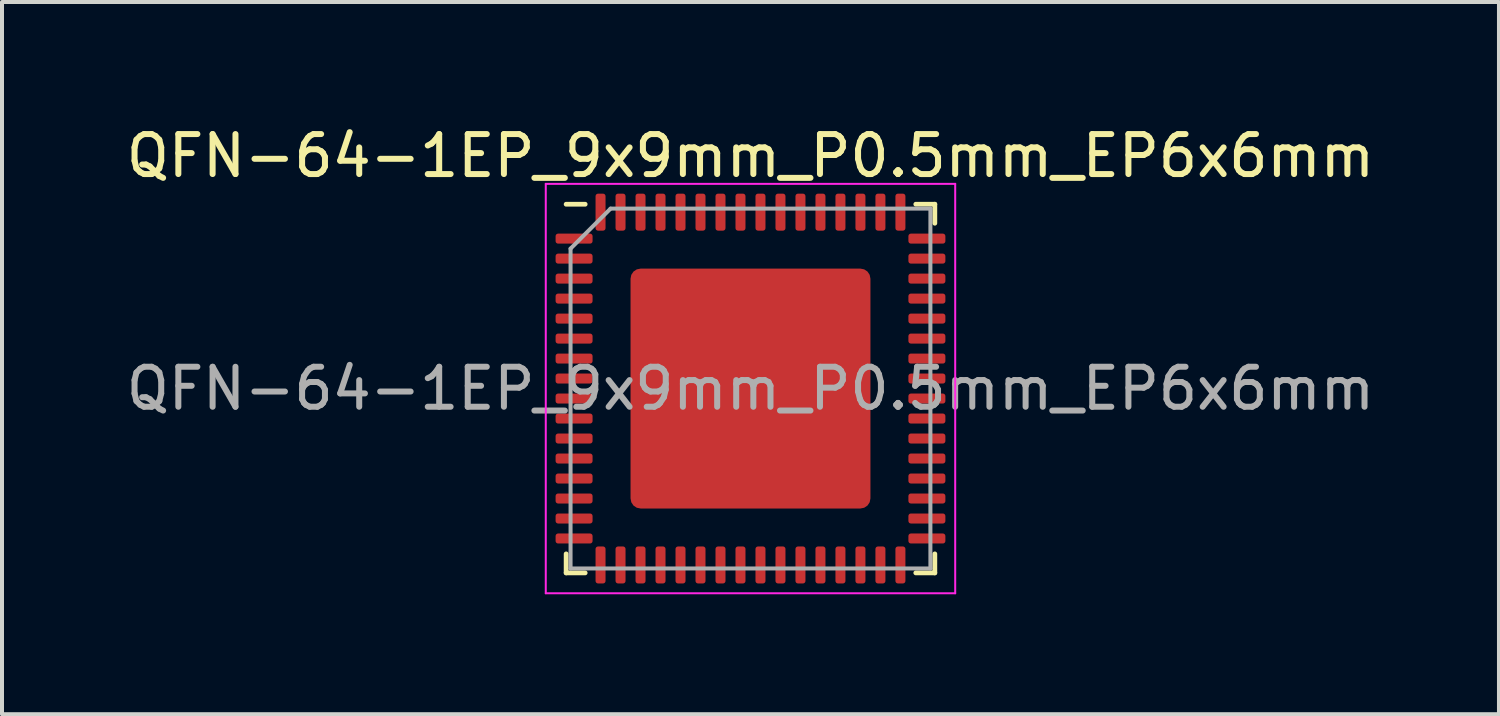
<source format=kicad_pcb>
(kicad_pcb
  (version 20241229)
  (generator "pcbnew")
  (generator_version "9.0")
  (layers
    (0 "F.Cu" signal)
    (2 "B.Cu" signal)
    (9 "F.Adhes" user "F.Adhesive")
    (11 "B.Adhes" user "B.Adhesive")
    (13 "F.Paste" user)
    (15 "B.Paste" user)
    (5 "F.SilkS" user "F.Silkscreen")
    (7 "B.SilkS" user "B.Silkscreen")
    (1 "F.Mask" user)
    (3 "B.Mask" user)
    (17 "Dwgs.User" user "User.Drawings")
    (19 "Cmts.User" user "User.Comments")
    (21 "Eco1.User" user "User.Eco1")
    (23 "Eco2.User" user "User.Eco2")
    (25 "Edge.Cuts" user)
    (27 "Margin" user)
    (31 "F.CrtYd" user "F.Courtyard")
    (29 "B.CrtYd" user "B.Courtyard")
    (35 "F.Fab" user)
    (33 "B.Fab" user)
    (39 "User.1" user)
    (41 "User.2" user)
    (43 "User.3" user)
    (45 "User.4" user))
  (footprint "QFN-64-1EP_9x9mm_P0.5mm_EP6x6mm"
    (layer "F.Cu")
    (at 15.72 6.668)
    (property "Reference" "QFN-64-1EP_9x9mm_P0.5mm_EP6x6mm" (at 0 -5.82 0) (layer "F.SilkS") (effects (font (size 1 1) (thickness 0.15))))
    (attr smd)
    (fp_line (start -4.61 4.61) (end -4.61 4.135) (stroke (width 0.12) (type solid)) (layer "F.SilkS"))
    (fp_line (start -4.135 -4.61) (end -4.61 -4.61) (stroke (width 0.12) (type solid)) (layer "F.SilkS"))
    (fp_line (start -4.135 4.61) (end -4.61 4.61) (stroke (width 0.12) (type solid)) (layer "F.SilkS"))
    (fp_line (start 4.135 -4.61) (end 4.61 -4.61) (stroke (width 0.12) (type solid)) (layer "F.SilkS"))
    (fp_line (start 4.135 4.61) (end 4.61 4.61) (stroke (width 0.12) (type solid)) (layer "F.SilkS"))
    (fp_line (start 4.61 -4.61) (end 4.61 -4.135) (stroke (width 0.12) (type solid)) (layer "F.SilkS"))
    (fp_line (start 4.61 4.61) (end 4.61 4.135) (stroke (width 0.12) (type solid)) (layer "F.SilkS"))
    (fp_line (start -5.12 -5.12) (end -5.12 5.12) (stroke (width 0.05) (type solid)) (layer "F.CrtYd"))
    (fp_line (start -5.12 5.12) (end 5.12 5.12) (stroke (width 0.05) (type solid)) (layer "F.CrtYd"))
    (fp_line (start 5.12 -5.12) (end -5.12 -5.12) (stroke (width 0.05) (type solid)) (layer "F.CrtYd"))
    (fp_line (start 5.12 5.12) (end 5.12 -5.12) (stroke (width 0.05) (type solid)) (layer "F.CrtYd"))
    (fp_line (start -4.5 -3.5) (end -3.5 -4.5) (stroke (width 0.1) (type solid)) (layer "F.Fab"))
    (fp_line (start -4.5 4.5) (end -4.5 -3.5) (stroke (width 0.1) (type solid)) (layer "F.Fab"))
    (fp_line (start -3.5 -4.5) (end 4.5 -4.5) (stroke (width 0.1) (type solid)) (layer "F.Fab"))
    (fp_line (start 4.5 -4.5) (end 4.5 4.5) (stroke (width 0.1) (type solid)) (layer "F.Fab"))
    (fp_line (start 4.5 4.5) (end -4.5 4.5) (stroke (width 0.1) (type solid)) (layer "F.Fab"))
    (fp_text user "${REFERENCE}" (at 0 0 0) (layer "F.Fab") (effects (font (size 1 1) (thickness 0.15))))
    (pad "" smd roundrect (at -2.25 -2.25) (size 1.21 1.21) (layers "F.Paste") (roundrect_rratio 0.207))
    (pad "" smd roundrect (at -2.25 -0.75) (size 1.21 1.21) (layers "F.Paste") (roundrect_rratio 0.207))
    (pad "" smd roundrect (at -2.25 0.75) (size 1.21 1.21) (layers "F.Paste") (roundrect_rratio 0.207))
    (pad "" smd roundrect (at -2.25 2.25) (size 1.21 1.21) (layers "F.Paste") (roundrect_rratio 0.207))
    (pad "" smd roundrect (at -0.75 -2.25) (size 1.21 1.21) (layers "F.Paste") (roundrect_rratio 0.207))
    (pad "" smd roundrect (at -0.75 -0.75) (size 1.21 1.21) (layers "F.Paste") (roundrect_rratio 0.207))
    (pad "" smd roundrect (at -0.75 0.75) (size 1.21 1.21) (layers "F.Paste") (roundrect_rratio 0.207))
    (pad "" smd roundrect (at -0.75 2.25) (size 1.21 1.21) (layers "F.Paste") (roundrect_rratio 0.207))
    (pad "" smd roundrect (at 0.75 -2.25) (size 1.21 1.21) (layers "F.Paste") (roundrect_rratio 0.207))
    (pad "" smd roundrect (at 0.75 -0.75) (size 1.21 1.21) (layers "F.Paste") (roundrect_rratio 0.207))
    (pad "" smd roundrect (at 0.75 0.75) (size 1.21 1.21) (layers "F.Paste") (roundrect_rratio 0.207))
    (pad "" smd roundrect (at 0.75 2.25) (size 1.21 1.21) (layers "F.Paste") (roundrect_rratio 0.207))
    (pad "" smd roundrect (at 2.25 -2.25) (size 1.21 1.21) (layers "F.Paste") (roundrect_rratio 0.207))
    (pad "" smd roundrect (at 2.25 -0.75) (size 1.21 1.21) (layers "F.Paste") (roundrect_rratio 0.207))
    (pad "" smd roundrect (at 2.25 0.75) (size 1.21 1.21) (layers "F.Paste") (roundrect_rratio 0.207))
    (pad "" smd roundrect (at 2.25 2.25) (size 1.21 1.21) (layers "F.Paste") (roundrect_rratio 0.207))
    (pad "1" smd roundrect (at -4.412 -3.75) (size 0.925 0.25) (layers "F.Cu" "F.Mask" "F.Paste") (roundrect_rratio 0.25))
    (pad "2" smd roundrect (at -4.412 -3.25) (size 0.925 0.25) (layers "F.Cu" "F.Mask" "F.Paste") (roundrect_rratio 0.25))
    (pad "3" smd roundrect (at -4.412 -2.75) (size 0.925 0.25) (layers "F.Cu" "F.Mask" "F.Paste") (roundrect_rratio 0.25))
    (pad "4" smd roundrect (at -4.412 -2.25) (size 0.925 0.25) (layers "F.Cu" "F.Mask" "F.Paste") (roundrect_rratio 0.25))
    (pad "5" smd roundrect (at -4.412 -1.75) (size 0.925 0.25) (layers "F.Cu" "F.Mask" "F.Paste") (roundrect_rratio 0.25))
    (pad "6" smd roundrect (at -4.412 -1.25) (size 0.925 0.25) (layers "F.Cu" "F.Mask" "F.Paste") (roundrect_rratio 0.25))
    (pad "7" smd roundrect (at -4.412 -0.75) (size 0.925 0.25) (layers "F.Cu" "F.Mask" "F.Paste") (roundrect_rratio 0.25))
    (pad "8" smd roundrect (at -4.412 -0.25) (size 0.925 0.25) (layers "F.Cu" "F.Mask" "F.Paste") (roundrect_rratio 0.25))
    (pad "9" smd roundrect (at -4.412 0.25) (size 0.925 0.25) (layers "F.Cu" "F.Mask" "F.Paste") (roundrect_rratio 0.25))
    (pad "10" smd roundrect (at -4.412 0.75) (size 0.925 0.25) (layers "F.Cu" "F.Mask" "F.Paste") (roundrect_rratio 0.25))
    (pad "11" smd roundrect (at -4.412 1.25) (size 0.925 0.25) (layers "F.Cu" "F.Mask" "F.Paste") (roundrect_rratio 0.25))
    (pad "12" smd roundrect (at -4.412 1.75) (size 0.925 0.25) (layers "F.Cu" "F.Mask" "F.Paste") (roundrect_rratio 0.25))
    (pad "13" smd roundrect (at -4.412 2.25) (size 0.925 0.25) (layers "F.Cu" "F.Mask" "F.Paste") (roundrect_rratio 0.25))
    (pad "14" smd roundrect (at -4.412 2.75) (size 0.925 0.25) (layers "F.Cu" "F.Mask" "F.Paste") (roundrect_rratio 0.25))
    (pad "15" smd roundrect (at -4.412 3.25) (size 0.925 0.25) (layers "F.Cu" "F.Mask" "F.Paste") (roundrect_rratio 0.25))
    (pad "16" smd roundrect (at -4.412 3.75) (size 0.925 0.25) (layers "F.Cu" "F.Mask" "F.Paste") (roundrect_rratio 0.25))
    (pad "17" smd roundrect (at -3.75 4.412) (size 0.25 0.925) (layers "F.Cu" "F.Mask" "F.Paste") (roundrect_rratio 0.25))
    (pad "18" smd roundrect (at -3.25 4.412) (size 0.25 0.925) (layers "F.Cu" "F.Mask" "F.Paste") (roundrect_rratio 0.25))
    (pad "19" smd roundrect (at -2.75 4.412) (size 0.25 0.925) (layers "F.Cu" "F.Mask" "F.Paste") (roundrect_rratio 0.25))
    (pad "20" smd roundrect (at -2.25 4.412) (size 0.25 0.925) (layers "F.Cu" "F.Mask" "F.Paste") (roundrect_rratio 0.25))
    (pad "21" smd roundrect (at -1.75 4.412) (size 0.25 0.925) (layers "F.Cu" "F.Mask" "F.Paste") (roundrect_rratio 0.25))
    (pad "22" smd roundrect (at -1.25 4.412) (size 0.25 0.925) (layers "F.Cu" "F.Mask" "F.Paste") (roundrect_rratio 0.25))
    (pad "23" smd roundrect (at -0.75 4.412) (size 0.25 0.925) (layers "F.Cu" "F.Mask" "F.Paste") (roundrect_rratio 0.25))
    (pad "24" smd roundrect (at -0.25 4.412) (size 0.25 0.925) (layers "F.Cu" "F.Mask" "F.Paste") (roundrect_rratio 0.25))
    (pad "25" smd roundrect (at 0.25 4.412) (size 0.25 0.925) (layers "F.Cu" "F.Mask" "F.Paste") (roundrect_rratio 0.25))
    (pad "26" smd roundrect (at 0.75 4.412) (size 0.25 0.925) (layers "F.Cu" "F.Mask" "F.Paste") (roundrect_rratio 0.25))
    (pad "27" smd roundrect (at 1.25 4.412) (size 0.25 0.925) (layers "F.Cu" "F.Mask" "F.Paste") (roundrect_rratio 0.25))
    (pad "28" smd roundrect (at 1.75 4.412) (size 0.25 0.925) (layers "F.Cu" "F.Mask" "F.Paste") (roundrect_rratio 0.25))
    (pad "29" smd roundrect (at 2.25 4.412) (size 0.25 0.925) (layers "F.Cu" "F.Mask" "F.Paste") (roundrect_rratio 0.25))
    (pad "30" smd roundrect (at 2.75 4.412) (size 0.25 0.925) (layers "F.Cu" "F.Mask" "F.Paste") (roundrect_rratio 0.25))
    (pad "31" smd roundrect (at 3.25 4.412) (size 0.25 0.925) (layers "F.Cu" "F.Mask" "F.Paste") (roundrect_rratio 0.25))
    (pad "32" smd roundrect (at 3.75 4.412) (size 0.25 0.925) (layers "F.Cu" "F.Mask" "F.Paste") (roundrect_rratio 0.25))
    (pad "33" smd roundrect (at 4.412 3.75) (size 0.925 0.25) (layers "F.Cu" "F.Mask" "F.Paste") (roundrect_rratio 0.25))
    (pad "34" smd roundrect (at 4.412 3.25) (size 0.925 0.25) (layers "F.Cu" "F.Mask" "F.Paste") (roundrect_rratio 0.25))
    (pad "35" smd roundrect (at 4.412 2.75) (size 0.925 0.25) (layers "F.Cu" "F.Mask" "F.Paste") (roundrect_rratio 0.25))
    (pad "36" smd roundrect (at 4.412 2.25) (size 0.925 0.25) (layers "F.Cu" "F.Mask" "F.Paste") (roundrect_rratio 0.25))
    (pad "37" smd roundrect (at 4.412 1.75) (size 0.925 0.25) (layers "F.Cu" "F.Mask" "F.Paste") (roundrect_rratio 0.25))
    (pad "38" smd roundrect (at 4.412 1.25) (size 0.925 0.25) (layers "F.Cu" "F.Mask" "F.Paste") (roundrect_rratio 0.25))
    (pad "39" smd roundrect (at 4.412 0.75) (size 0.925 0.25) (layers "F.Cu" "F.Mask" "F.Paste") (roundrect_rratio 0.25))
    (pad "40" smd roundrect (at 4.412 0.25) (size 0.925 0.25) (layers "F.Cu" "F.Mask" "F.Paste") (roundrect_rratio 0.25))
    (pad "41" smd roundrect (at 4.412 -0.25) (size 0.925 0.25) (layers "F.Cu" "F.Mask" "F.Paste") (roundrect_rratio 0.25))
    (pad "42" smd roundrect (at 4.412 -0.75) (size 0.925 0.25) (layers "F.Cu" "F.Mask" "F.Paste") (roundrect_rratio 0.25))
    (pad "43" smd roundrect (at 4.412 -1.25) (size 0.925 0.25) (layers "F.Cu" "F.Mask" "F.Paste") (roundrect_rratio 0.25))
    (pad "44" smd roundrect (at 4.412 -1.75) (size 0.925 0.25) (layers "F.Cu" "F.Mask" "F.Paste") (roundrect_rratio 0.25))
    (pad "45" smd roundrect (at 4.412 -2.25) (size 0.925 0.25) (layers "F.Cu" "F.Mask" "F.Paste") (roundrect_rratio 0.25))
    (pad "46" smd roundrect (at 4.412 -2.75) (size 0.925 0.25) (layers "F.Cu" "F.Mask" "F.Paste") (roundrect_rratio 0.25))
    (pad "47" smd roundrect (at 4.412 -3.25) (size 0.925 0.25) (layers "F.Cu" "F.Mask" "F.Paste") (roundrect_rratio 0.25))
    (pad "48" smd roundrect (at 4.412 -3.75) (size 0.925 0.25) (layers "F.Cu" "F.Mask" "F.Paste") (roundrect_rratio 0.25))
    (pad "49" smd roundrect (at 3.75 -4.412) (size 0.25 0.925) (layers "F.Cu" "F.Mask" "F.Paste") (roundrect_rratio 0.25))
    (pad "50" smd roundrect (at 3.25 -4.412) (size 0.25 0.925) (layers "F.Cu" "F.Mask" "F.Paste") (roundrect_rratio 0.25))
    (pad "51" smd roundrect (at 2.75 -4.412) (size 0.25 0.925) (layers "F.Cu" "F.Mask" "F.Paste") (roundrect_rratio 0.25))
    (pad "52" smd roundrect (at 2.25 -4.412) (size 0.25 0.925) (layers "F.Cu" "F.Mask" "F.Paste") (roundrect_rratio 0.25))
    (pad "53" smd roundrect (at 1.75 -4.412) (size 0.25 0.925) (layers "F.Cu" "F.Mask" "F.Paste") (roundrect_rratio 0.25))
    (pad "54" smd roundrect (at 1.25 -4.412) (size 0.25 0.925) (layers "F.Cu" "F.Mask" "F.Paste") (roundrect_rratio 0.25))
    (pad "55" smd roundrect (at 0.75 -4.412) (size 0.25 0.925) (layers "F.Cu" "F.Mask" "F.Paste") (roundrect_rratio 0.25))
    (pad "56" smd roundrect (at 0.25 -4.412) (size 0.25 0.925) (layers "F.Cu" "F.Mask" "F.Paste") (roundrect_rratio 0.25))
    (pad "57" smd roundrect (at -0.25 -4.412) (size 0.25 0.925) (layers "F.Cu" "F.Mask" "F.Paste") (roundrect_rratio 0.25))
    (pad "58" smd roundrect (at -0.75 -4.412) (size 0.25 0.925) (layers "F.Cu" "F.Mask" "F.Paste") (roundrect_rratio 0.25))
    (pad "59" smd roundrect (at -1.25 -4.412) (size 0.25 0.925) (layers "F.Cu" "F.Mask" "F.Paste") (roundrect_rratio 0.25))
    (pad "60" smd roundrect (at -1.75 -4.412) (size 0.25 0.925) (layers "F.Cu" "F.Mask" "F.Paste") (roundrect_rratio 0.25))
    (pad "61" smd roundrect (at -2.25 -4.412) (size 0.25 0.925) (layers "F.Cu" "F.Mask" "F.Paste") (roundrect_rratio 0.25))
    (pad "62" smd roundrect (at -2.75 -4.412) (size 0.25 0.925) (layers "F.Cu" "F.Mask" "F.Paste") (roundrect_rratio 0.25))
    (pad "63" smd roundrect (at -3.25 -4.412) (size 0.25 0.925) (layers "F.Cu" "F.Mask" "F.Paste") (roundrect_rratio 0.25))
    (pad "64" smd roundrect (at -3.75 -4.412) (size 0.25 0.925) (layers "F.Cu" "F.Mask" "F.Paste") (roundrect_rratio 0.25))
    (pad "65" smd roundrect (at 0 0) (size 6 6) (layers "F.Cu" "F.Mask") (roundrect_rratio 0.042)))
  (gr_rect
    (start -3 -3)
    (end 34.44 14.813)
    (stroke (width 0.1) (type default))
    (fill no)
    (layer "Edge.Cuts")))
</source>
